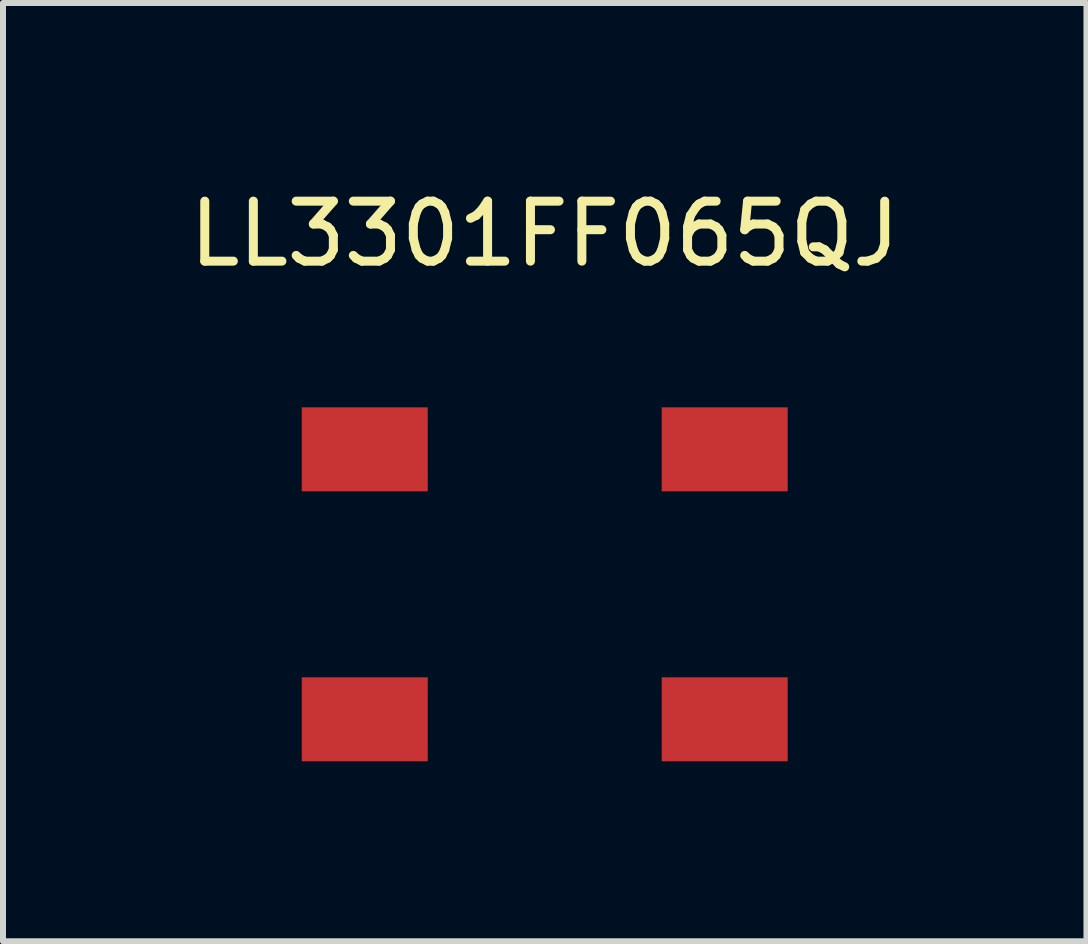
<source format=kicad_pcb>
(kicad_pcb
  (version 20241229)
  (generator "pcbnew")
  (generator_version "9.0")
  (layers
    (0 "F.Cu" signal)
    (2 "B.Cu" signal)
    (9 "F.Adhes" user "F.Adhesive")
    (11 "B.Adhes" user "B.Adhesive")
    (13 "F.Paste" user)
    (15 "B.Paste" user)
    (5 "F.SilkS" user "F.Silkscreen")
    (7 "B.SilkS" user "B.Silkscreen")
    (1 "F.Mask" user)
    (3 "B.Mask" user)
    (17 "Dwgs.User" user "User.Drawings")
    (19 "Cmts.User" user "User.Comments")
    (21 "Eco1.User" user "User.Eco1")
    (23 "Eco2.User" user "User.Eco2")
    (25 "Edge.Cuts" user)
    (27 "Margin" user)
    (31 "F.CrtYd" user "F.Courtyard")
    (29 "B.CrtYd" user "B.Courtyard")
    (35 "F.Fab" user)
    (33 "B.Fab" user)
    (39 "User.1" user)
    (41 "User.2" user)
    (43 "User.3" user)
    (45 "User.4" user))
  (footprint "LL3301FF065QJ"
    (layer "F.Cu")
    (at 6.03 6.69)
    (property "Reference" "LL3301FF065QJ" (at 0 -5.842 0) (layer "F.SilkS") (effects (font (size 1 1) (thickness 0.15))))
    (attr through_hole)
    (pad "1" smd rect (at -3 -2.25) (size 2.1 1.4) (layers "F.Cu" "F.Mask" "F.Paste"))
    (pad "2" smd rect (at -3 2.25) (size 2.1 1.4) (layers "F.Cu" "F.Mask" "F.Paste"))
    (pad "3" smd rect (at 3 -2.25) (size 2.1 1.4) (layers "F.Cu" "F.Mask" "F.Paste"))
    (pad "4" smd rect (at 3 2.25) (size 2.1 1.4) (layers "F.Cu" "F.Mask" "F.Paste")))
  (gr_rect
    (start -3 -3)
    (end 15.06 12.64)
    (stroke (width 0.1) (type default))
    (fill no)
    (layer "Edge.Cuts")))
</source>
